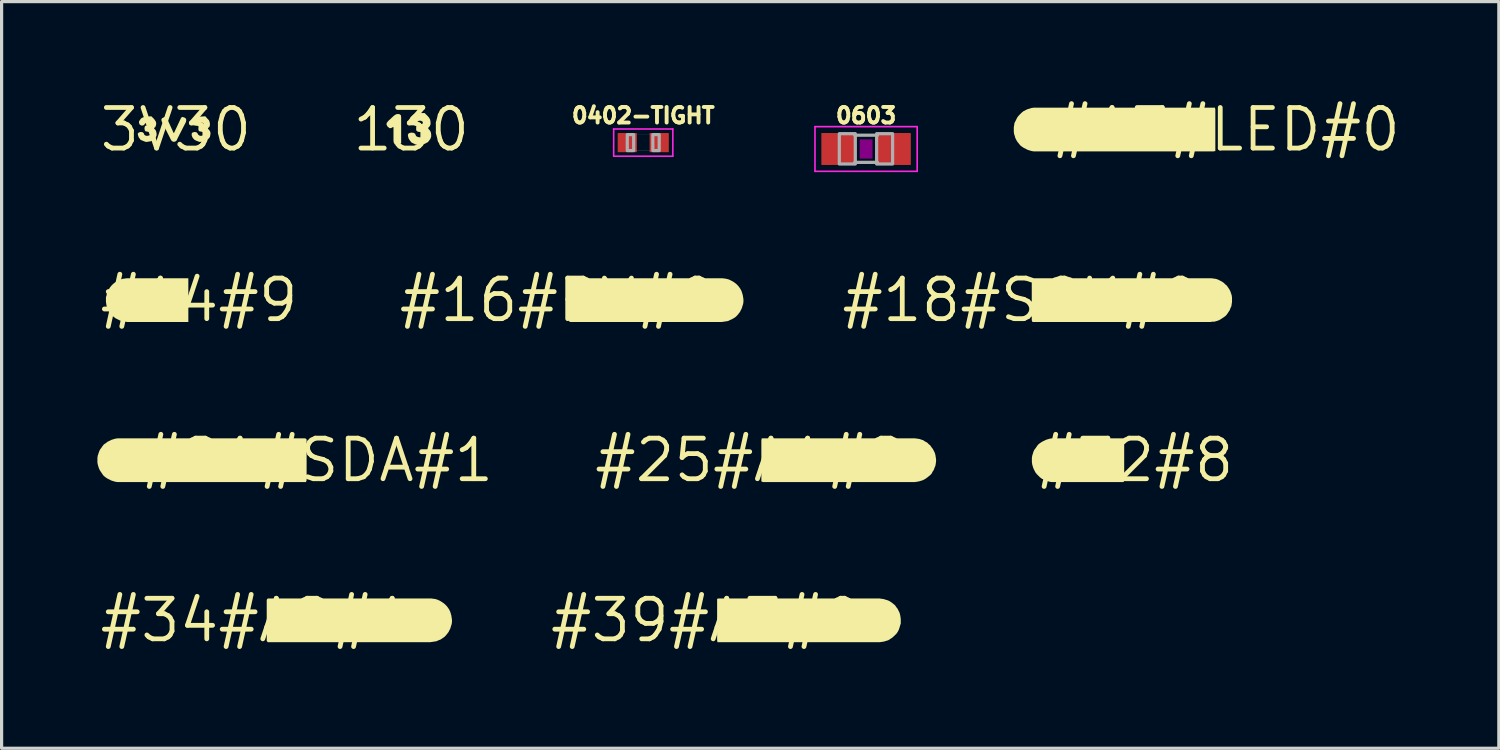
<source format=kicad_pcb>
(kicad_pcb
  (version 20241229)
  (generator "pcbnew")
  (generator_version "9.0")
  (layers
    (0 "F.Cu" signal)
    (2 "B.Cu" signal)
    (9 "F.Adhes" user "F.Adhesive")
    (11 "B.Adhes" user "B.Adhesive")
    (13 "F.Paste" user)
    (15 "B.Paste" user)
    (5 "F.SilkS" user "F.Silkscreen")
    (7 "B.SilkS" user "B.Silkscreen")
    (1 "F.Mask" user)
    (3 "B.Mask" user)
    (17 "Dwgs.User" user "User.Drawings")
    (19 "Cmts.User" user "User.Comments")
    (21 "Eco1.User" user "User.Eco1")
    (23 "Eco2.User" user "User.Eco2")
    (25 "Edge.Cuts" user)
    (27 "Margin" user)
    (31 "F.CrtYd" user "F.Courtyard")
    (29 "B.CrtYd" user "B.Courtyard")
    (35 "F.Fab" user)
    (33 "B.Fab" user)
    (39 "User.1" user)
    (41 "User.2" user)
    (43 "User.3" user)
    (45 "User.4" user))
  (footprint "#21#SDA#1"
    (layer "F.Cu")
    (at 6.885 11.359)
    (property "Reference" "#21#SDA#1" (at 0 0 0) (layer "F.SilkS") (effects (font (size 1.27 1.27) (thickness 0.15))))
    (fp_poly (pts (xy -6.321 0.675) (xy -6.391 0.655) (xy -6.452 0.635) (xy -6.573 0.574) (xy -6.633 0.534) (xy -6.684 0.494) (xy -6.724 0.443) (xy -6.764 0.383) (xy -6.804 0.323) (xy -6.835 0.262) (xy -6.855 0.201) (xy -6.875 0.131) (xy -6.885 0.07) (xy -6.885 -0.07) (xy -6.875 -0.141) (xy -6.855 -0.202) (xy -6.835 -0.262) (xy -6.804 -0.333) (xy -6.764 -0.383) (xy -6.724 -0.443) (xy -6.683 -0.494) (xy -6.623 -0.534) (xy -6.573 -0.574) (xy -6.452 -0.635) (xy -6.391 -0.655) (xy -6.321 -0.675) (xy -6.25 -0.685) (xy -0.378 -0.685) (xy -0.335 -0.652) (xy -0.335 0.631) (xy -0.357 0.685) (xy -6.25 0.685)) (stroke (width 0) (type solid)) (fill yes) (layer "F.SilkS")))
  (footprint "0603"
    (layer "F.Cu")
    (at 24.067 1.615)
    (property "Reference" "0603" (at 0 -0.762 0) (layer "F.SilkS") (effects (font (size 0.488 0.488) (thickness 0.122)) (justify bottom)))
    (fp_poly (pts (xy -0.2 0.3) (xy 0.2 0.3) (xy 0.2 -0.3) (xy -0.2 -0.3)) (stroke (width 0) (type solid)) (fill yes) (layer "F.Adhes"))
    (fp_line (start -1.6 -0.7) (end 1.6 -0.7) (stroke (width 0.051) (type solid)) (layer "F.CrtYd"))
    (fp_line (start -1.6 0.7) (end -1.6 -0.7) (stroke (width 0.051) (type solid)) (layer "F.CrtYd"))
    (fp_line (start 1.6 -0.7) (end 1.6 0.7) (stroke (width 0.051) (type solid)) (layer "F.CrtYd"))
    (fp_line (start 1.6 0.7) (end -1.6 0.7) (stroke (width 0.051) (type solid)) (layer "F.CrtYd"))
    (fp_line (start -0.356 -0.432) (end 0.356 -0.432) (stroke (width 0.102) (type solid)) (layer "F.Fab"))
    (fp_line (start -0.356 0.419) (end 0.356 0.419) (stroke (width 0.102) (type solid)) (layer "F.Fab"))
    (fp_poly (pts (xy -0.838 0.47) (xy -0.338 0.47) (xy -0.338 -0.48) (xy -0.838 -0.48)) (stroke (width 0.1) (type solid)) (fill no) (layer "F.Fab"))
    (fp_poly (pts (xy 0.33 0.47) (xy 0.83 0.47) (xy 0.83 -0.48) (xy 0.33 -0.48)) (stroke (width 0.1) (type solid)) (fill no) (layer "F.Fab"))
    (pad "1" smd rect (at -0.85 0) (size 1.1 1) (layers "F.Cu" "F.Mask" "F.Paste"))
    (pad "2" smd rect (at 0.85 0) (size 1.1 1) (layers "F.Cu" "F.Mask" "F.Paste")))
  (footprint "130"
    (layer "F.Cu")
    (at 9.825 1.006)
    (property "Reference" "130" (at 0 0 0) (layer "F.SilkS") (effects (font (size 1.27 1.27) (thickness 0.15))))
    (fp_poly (pts (xy -0.325 -0.453) (xy -0.315 -0.39) (xy -0.315 0.422) (xy -0.358 0.465) (xy -0.44 0.475) (xy -0.513 0.465) (xy -0.545 0.412) (xy -0.555 0.35) (xy -0.555 -0.059) (xy -0.563 -0.083) (xy -0.629 -0.045) (xy -0.682 -0.045) (xy -0.744 -0.097) (xy -0.775 -0.159) (xy -0.765 -0.212) (xy -0.714 -0.273) (xy -0.563 -0.414) (xy -0.513 -0.454) (xy -0.451 -0.485) (xy -0.379 -0.485)) (stroke (width 0) (type solid)) (fill yes) (layer "F.SilkS"))
    (fp_poly (pts (xy 0.524 -0.413) (xy 0.564 -0.363) (xy 0.595 -0.302) (xy 0.605 -0.23) (xy 0.605 -0.159) (xy 0.574 -0.097) (xy 0.535 -0.058) (xy 0.535 -0.022) (xy 0.584 0.027) (xy 0.615 0.088) (xy 0.625 0.15) (xy 0.625 0.221) (xy 0.605 0.282) (xy 0.564 0.343) (xy 0.523 0.394) (xy 0.402 0.455) (xy 0.341 0.475) (xy 0.19 0.475) (xy 0.128 0.465) (xy 0.007 0.404) (xy -0.034 0.353) (xy -0.075 0.292) (xy -0.095 0.231) (xy -0.105 0.159) (xy -0.073 0.116) (xy -0.000392 0.095) (xy 0.082 0.105) (xy 0.124 0.137) (xy 0.154 0.206) (xy 0.212 0.235) (xy 0.28 0.245) (xy 0.338 0.226) (xy 0.385 0.188) (xy 0.375 0.132) (xy 0.328 0.085) (xy 0.259 0.075) (xy 0.198 0.065) (xy 0.155 0.022) (xy 0.155 -0.071) (xy 0.176 -0.134) (xy 0.229 -0.155) (xy 0.309 -0.165) (xy 0.356 -0.184) (xy 0.365 -0.238) (xy 0.308 -0.275) (xy 0.241 -0.275) (xy 0.183 -0.246) (xy 0.144 -0.196) (xy 0.091 -0.155) (xy 0.028 -0.165) (xy -0.034 -0.206) (xy -0.065 -0.259) (xy -0.055 -0.311) (xy -0.024 -0.383) (xy 0.027 -0.434) (xy 0.078 -0.475) (xy 0.149 -0.495) (xy 0.219 -0.515) (xy 0.422 -0.515)) (stroke (width 0) (type solid)) (fill yes) (layer "F.SilkS")))
  (footprint "3V30"
    (layer "F.Cu")
    (at 2.457 1.006)
    (property "Reference" "3V30" (at 0 0 0) (layer "F.SilkS") (effects (font (size 1.27 1.27) (thickness 0.15))))
    (fp_poly (pts (xy -0.286 -0.353) (xy -0.266 -0.322) (xy -0.076 0.097) (xy -0.061 0.111) (xy 0.166 -0.374) (xy 0.21 -0.395) (xy 0.272 -0.374) (xy 0.314 -0.343) (xy 0.325 -0.3) (xy 0.315 -0.238) (xy 0.045 0.292) (xy 0.024 0.343) (xy -0.018 0.375) (xy -0.07 0.385) (xy -0.123 0.364) (xy -0.154 0.323) (xy -0.445 -0.258) (xy -0.455 -0.311) (xy -0.434 -0.354) (xy -0.372 -0.385) (xy -0.318 -0.396)) (stroke (width 0) (type solid)) (fill yes) (layer "F.SilkS"))
    (fp_poly (pts (xy -0.686 -0.333) (xy -0.656 -0.293) (xy -0.625 -0.242) (xy -0.615 -0.19) (xy -0.625 -0.129) (xy -0.646 -0.077) (xy -0.684 -0.048) (xy -0.676 -0.023) (xy -0.636 0.017) (xy -0.615 0.069) (xy -0.605 0.12) (xy -0.605 0.181) (xy -0.625 0.232) (xy -0.646 0.273) (xy -0.687 0.314) (xy -0.738 0.344) (xy -0.778 0.365) (xy -0.839 0.375) (xy -0.89 0.385) (xy -0.951 0.385) (xy -1.002 0.365) (xy -1.052 0.345) (xy -1.103 0.324) (xy -1.134 0.283) (xy -1.164 0.242) (xy -1.185 0.181) (xy -1.195 0.128) (xy -1.163 0.096) (xy -1.111 0.075) (xy -1.038 0.085) (xy -1.006 0.117) (xy -0.986 0.167) (xy -0.939 0.195) (xy -0.88 0.195) (xy -0.832 0.185) (xy -0.795 0.148) (xy -0.805 0.103) (xy -0.842 0.075) (xy -0.901 0.065) (xy -0.953 0.054) (xy -0.975 0.022) (xy -0.985 -0.05) (xy -0.964 -0.114) (xy -0.921 -0.125) (xy -0.861 -0.135) (xy -0.815 -0.153) (xy -0.815 -0.188) (xy -0.852 -0.215) (xy -0.909 -0.225) (xy -0.957 -0.196) (xy -0.986 -0.156) (xy -1.028 -0.125) (xy -1.081 -0.125) (xy -1.134 -0.157) (xy -1.155 -0.209) (xy -1.155 -0.251) (xy -1.124 -0.303) (xy -1.083 -0.354) (xy -1.042 -0.375) (xy -0.981 -0.395) (xy -0.931 -0.405) (xy -0.768 -0.415)) (stroke (width 0) (type solid)) (fill yes) (layer "F.SilkS"))
    (fp_poly (pts (xy 0.994 -0.333) (xy 1.034 -0.293) (xy 1.055 -0.241) (xy 1.065 -0.19) (xy 1.065 -0.129) (xy 1.044 -0.077) (xy 1.005 -0.048) (xy 1.005 -0.022) (xy 1.044 0.017) (xy 1.075 0.068) (xy 1.085 0.12) (xy 1.075 0.181) (xy 1.065 0.232) (xy 1.034 0.273) (xy 0.993 0.314) (xy 0.952 0.344) (xy 0.901 0.365) (xy 0.851 0.375) (xy 0.79 0.385) (xy 0.729 0.385) (xy 0.678 0.365) (xy 0.628 0.345) (xy 0.587 0.324) (xy 0.546 0.283) (xy 0.516 0.242) (xy 0.495 0.181) (xy 0.495 0.128) (xy 0.517 0.096) (xy 0.58 0.075) (xy 0.642 0.085) (xy 0.674 0.117) (xy 0.704 0.166) (xy 0.751 0.195) (xy 0.8 0.195) (xy 0.848 0.185) (xy 0.885 0.148) (xy 0.885 0.103) (xy 0.838 0.075) (xy 0.789 0.065) (xy 0.738 0.055) (xy 0.705 0.022) (xy 0.705 -0.05) (xy 0.716 -0.114) (xy 0.759 -0.125) (xy 0.828 -0.135) (xy 0.865 -0.153) (xy 0.865 -0.188) (xy 0.828 -0.215) (xy 0.771 -0.225) (xy 0.723 -0.196) (xy 0.694 -0.156) (xy 0.652 -0.125) (xy 0.609 -0.125) (xy 0.546 -0.156) (xy 0.525 -0.21) (xy 0.535 -0.252) (xy 0.566 -0.303) (xy 0.607 -0.354) (xy 0.648 -0.375) (xy 0.699 -0.395) (xy 0.749 -0.405) (xy 0.922 -0.415)) (stroke (width 0) (type solid)) (fill yes) (layer "F.SilkS")))
  (footprint "#14#9"
    (layer "F.Cu")
    (at 3.182 6.347)
    (property "Reference" "#14#9" (at 0 0 0) (layer "F.SilkS") (effects (font (size 1.27 1.27) (thickness 0.15))))
    (fp_poly (pts (xy -0.335 0.685) (xy -2.238 0.685) (xy -2.239 0.685) (xy -2.24 0.685) (xy -2.244 0.685) (xy -2.243 0.685) (xy -2.301 0.675) (xy -2.371 0.665) (xy -2.431 0.655) (xy -2.502 0.625) (xy -2.562 0.594) (xy -2.623 0.564) (xy -2.673 0.524) (xy -2.724 0.474) (xy -2.774 0.423) (xy -2.804 0.373) (xy -2.844 0.313) (xy -2.875 0.252) (xy -2.895 0.181) (xy -2.905 0.121) (xy -2.915 0.05) (xy -2.915 -0.091) (xy -2.895 -0.151) (xy -2.885 -0.222) (xy -2.824 -0.343) (xy -2.784 -0.403) (xy -2.744 -0.453) (xy -2.693 -0.504) (xy -2.643 -0.544) (xy -2.583 -0.584) (xy -2.532 -0.614) (xy -2.462 -0.645) (xy -2.401 -0.665) (xy -2.331 -0.675) (xy -2.26 -0.685) (xy -0.335 -0.685)) (stroke (width 0) (type solid)) (fill yes) (layer "F.SilkS")))
  (footprint "0402-TIGHT"
    (layer "F.Cu")
    (at 17.09 1.415)
    (property "Reference" "0402-TIGHT" (at 0 -0.562 0) (layer "F.SilkS") (effects (font (size 0.488 0.488) (thickness 0.122)) (justify bottom)))
    (fp_line (start -0.926 -0.426) (end -0.926 0.426) (stroke (width 0.05) (type solid)) (layer "F.CrtYd"))
    (fp_line (start -0.926 0.426) (end 0.926 0.426) (stroke (width 0.05) (type solid)) (layer "F.CrtYd"))
    (fp_line (start 0.926 -0.426) (end -0.926 -0.426) (stroke (width 0.05) (type solid)) (layer "F.CrtYd"))
    (fp_line (start 0.926 0.426) (end 0.926 -0.426) (stroke (width 0.05) (type solid)) (layer "F.CrtYd"))
    (fp_line (start -0.5 -0.25) (end 0.5 -0.25) (stroke (width 0.003) (type solid)) (layer "F.Fab"))
    (fp_line (start -0.5 0.25) (end -0.5 -0.25) (stroke (width 0.003) (type solid)) (layer "F.Fab"))
    (fp_line (start 0.5 -0.25) (end 0.5 0.25) (stroke (width 0.003) (type solid)) (layer "F.Fab"))
    (fp_line (start 0.5 0.25) (end -0.5 0.25) (stroke (width 0.003) (type solid)) (layer "F.Fab"))
    (fp_poly (pts (xy -0.5 0.25) (xy -0.3 0.25) (xy -0.3 -0.25) (xy -0.5 -0.25)) (stroke (width 0.1) (type solid)) (fill no) (layer "F.Fab"))
    (fp_poly (pts (xy 0.5 -0.25) (xy 0.3 -0.25) (xy 0.3 0.25) (xy 0.5 0.25)) (stroke (width 0.1) (type solid)) (fill no) (layer "F.Fab"))
    (pad "1" smd rect (at -0.5 0) (size 0.6 0.6) (layers "F.Cu" "F.Mask" "F.Paste"))
    (pad "2" smd rect (at 0.5 0) (size 0.6 0.6) (layers "F.Cu" "F.Mask" "F.Paste")))
  (footprint "#34#A2#1"
    (layer "F.Cu")
    (at 4.966 16.372)
    (property "Reference" "#34#A2#1" (at 0 0 0) (layer "F.SilkS") (effects (font (size 1.27 1.27) (thickness 0.15))))
    (fp_poly (pts (xy 5.551 -0.675) (xy 5.621 -0.665) (xy 5.682 -0.645) (xy 5.752 -0.614) (xy 5.803 -0.584) (xy 5.863 -0.544) (xy 5.913 -0.504) (xy 5.964 -0.453) (xy 6.004 -0.403) (xy 6.044 -0.343) (xy 6.075 -0.282) (xy 6.095 -0.221) (xy 6.115 -0.151) (xy 6.125 -0.081) (xy 6.135 -0.02) (xy 6.135 0.05) (xy 6.125 0.121) (xy 6.105 0.181) (xy 6.085 0.252) (xy 6.024 0.373) (xy 5.984 0.423) (xy 5.944 0.473) (xy 5.893 0.524) (xy 5.772 0.605) (xy 5.712 0.625) (xy 5.652 0.655) (xy 5.581 0.665) (xy 5.521 0.675) (xy 5.45 0.685) (xy 0.367 0.685) (xy 0.335 0.642) (xy 0.335 -0.642) (xy 0.367 -0.685) (xy 5.48 -0.685)) (stroke (width 0) (type solid)) (fill yes) (layer "F.SilkS")))
  (footprint "#25#A1#2"
    (layer "F.Cu")
    (at 20.453 11.359)
    (property "Reference" "#25#A1#2" (at 0 0 0) (layer "F.SilkS") (effects (font (size 1.27 1.27) (thickness 0.15))))
    (fp_poly (pts (xy 5.211 -0.675) (xy 5.281 -0.665) (xy 5.342 -0.645) (xy 5.402 -0.625) (xy 5.463 -0.584) (xy 5.523 -0.554) (xy 5.573 -0.504) (xy 5.624 -0.463) (xy 5.664 -0.403) (xy 5.704 -0.353) (xy 5.765 -0.232) (xy 5.785 -0.161) (xy 5.795 -0.091) (xy 5.805 -0.03) (xy 5.805 0.04) (xy 5.795 0.111) (xy 5.785 0.171) (xy 5.755 0.242) (xy 5.735 0.302) (xy 5.694 0.363) (xy 5.664 0.423) (xy 5.613 0.474) (xy 5.563 0.514) (xy 5.513 0.554) (xy 5.453 0.594) (xy 5.392 0.625) (xy 5.331 0.645) (xy 5.261 0.665) (xy 5.201 0.675) (xy 5.13 0.685) (xy 0.389 0.685) (xy 0.335 0.663) (xy 0.335 -0.62) (xy 0.346 -0.685) (xy 5.14 -0.685)) (stroke (width 0) (type solid)) (fill yes) (layer "F.SilkS")))
  (footprint "#13#LED#0"
    (layer "F.Cu")
    (at 35.337 1.006)
    (property "Reference" "#13#LED#0" (at 0 0 0) (layer "F.SilkS") (effects (font (size 1.27 1.27) (thickness 0.15))))
    (fp_poly (pts (xy -6.081 0.675) (xy -6.151 0.655) (xy -6.212 0.635) (xy -6.333 0.574) (xy -6.393 0.534) (xy -6.444 0.494) (xy -6.484 0.443) (xy -6.534 0.383) (xy -6.564 0.332) (xy -6.595 0.272) (xy -6.615 0.201) (xy -6.635 0.141) (xy -6.645 0.07) (xy -6.645 -0.07) (xy -6.635 -0.131) (xy -6.625 -0.202) (xy -6.534 -0.383) (xy -6.494 -0.433) (xy -6.444 -0.484) (xy -6.393 -0.534) (xy -6.343 -0.574) (xy -6.222 -0.635) (xy -6.151 -0.655) (xy -6.091 -0.675) (xy -6.02 -0.685) (xy -0.346 -0.685) (xy -0.335 -0.62) (xy -0.335 0.674) (xy -0.4 0.685) (xy -6.01 0.685)) (stroke (width 0) (type solid)) (fill yes) (layer "F.SilkS")))
  (footprint "#16#RX#0"
    (layer "F.Cu")
    (at 14.422 6.347)
    (property "Reference" "#16#RX#0" (at 0 0 0) (layer "F.SilkS") (effects (font (size 1.27 1.27) (thickness 0.15))))
    (fp_poly (pts (xy 5.221 -0.675) (xy 5.281 -0.665) (xy 5.352 -0.645) (xy 5.473 -0.584) (xy 5.533 -0.544) (xy 5.583 -0.504) (xy 5.634 -0.453) (xy 5.674 -0.403) (xy 5.714 -0.343) (xy 5.745 -0.282) (xy 5.765 -0.221) (xy 5.785 -0.151) (xy 5.795 -0.091) (xy 5.805 -0.02) (xy 5.805 0.05) (xy 5.795 0.121) (xy 5.775 0.181) (xy 5.755 0.252) (xy 5.694 0.373) (xy 5.654 0.423) (xy 5.614 0.473) (xy 5.563 0.524) (xy 5.503 0.564) (xy 5.452 0.594) (xy 5.382 0.625) (xy 5.322 0.655) (xy 5.251 0.665) (xy 5.191 0.675) (xy 5.12 0.685) (xy 0.378 0.685) (xy 0.335 0.652) (xy 0.335 -0.642) (xy 0.367 -0.685) (xy 5.15 -0.685)) (stroke (width 0) (type solid)) (fill yes) (layer "F.SilkS")))
  (footprint "#39#A3#0"
    (layer "F.Cu")
    (at 19.068 16.372)
    (property "Reference" "#39#A3#0" (at 0 0 0) (layer "F.SilkS") (effects (font (size 1.27 1.27) (thickness 0.15))))
    (fp_poly (pts (xy 5.481 -0.675) (xy 5.551 -0.665) (xy 5.611 -0.645) (xy 5.682 -0.625) (xy 5.743 -0.594) (xy 5.803 -0.554) (xy 5.853 -0.514) (xy 5.904 -0.473) (xy 5.944 -0.413) (xy 5.984 -0.363) (xy 6.045 -0.242) (xy 6.065 -0.171) (xy 6.075 -0.111) (xy 6.085 -0.04) (xy 6.085 0.101) (xy 6.065 0.161) (xy 6.045 0.231) (xy 6.025 0.292) (xy 5.994 0.353) (xy 5.954 0.413) (xy 5.904 0.464) (xy 5.863 0.504) (xy 5.803 0.554) (xy 5.753 0.584) (xy 5.692 0.625) (xy 5.621 0.645) (xy 5.561 0.665) (xy 5.491 0.675) (xy 5.43 0.685) (xy 0.346 0.685) (xy 0.335 0.62) (xy 0.335 -0.674) (xy 0.39 -0.685) (xy 5.41 -0.685)) (stroke (width 0) (type solid)) (fill yes) (layer "F.SilkS")))
  (footprint "#18#SCK#0"
    (layer "F.Cu")
    (at 28.919 6.347)
    (property "Reference" "#18#SCK#0" (at 0 0 0) (layer "F.SilkS") (effects (font (size 1.27 1.27) (thickness 0.15))))
    (fp_poly (pts (xy 6.031 -0.675) (xy 6.101 -0.665) (xy 6.162 -0.645) (xy 6.283 -0.584) (xy 6.343 -0.544) (xy 6.393 -0.494) (xy 6.444 -0.453) (xy 6.484 -0.393) (xy 6.524 -0.333) (xy 6.555 -0.272) (xy 6.575 -0.212) (xy 6.595 -0.151) (xy 6.605 -0.08) (xy 6.605 0.06) (xy 6.595 0.121) (xy 6.585 0.192) (xy 6.555 0.252) (xy 6.535 0.312) (xy 6.454 0.433) (xy 6.414 0.484) (xy 6.363 0.524) (xy 6.303 0.564) (xy 6.243 0.604) (xy 6.182 0.635) (xy 6.121 0.655) (xy 6.051 0.675) (xy 5.99 0.675) (xy 5.92 0.685) (xy 0.357 0.685) (xy 0.335 0.631) (xy 0.335 -0.652) (xy 0.378 -0.685) (xy 5.96 -0.685)) (stroke (width 0) (type solid)) (fill yes) (layer "F.SilkS")))
  (footprint "#32#8"
    (layer "F.Cu")
    (at 32.483 11.359)
    (property "Reference" "#32#8" (at 0 0 0) (layer "F.SilkS") (effects (font (size 1.27 1.27) (thickness 0.15))))
    (fp_poly (pts (xy -0.335 -0.652) (xy -0.335 0.641) (xy -0.357 0.685) (xy -2.6 0.685) (xy -2.671 0.675) (xy -2.731 0.655) (xy -2.802 0.635) (xy -2.923 0.574) (xy -2.973 0.534) (xy -3.024 0.484) (xy -3.074 0.433) (xy -3.114 0.383) (xy -3.175 0.262) (xy -3.195 0.201) (xy -3.215 0.131) (xy -3.225 0.06) (xy -3.225 -0.07) (xy -3.215 -0.141) (xy -3.195 -0.201) (xy -3.175 -0.272) (xy -3.144 -0.333) (xy -3.104 -0.383) (xy -3.064 -0.443) (xy -3.024 -0.494) (xy -2.973 -0.534) (xy -2.913 -0.574) (xy -2.792 -0.635) (xy -2.731 -0.655) (xy -2.661 -0.675) (xy -2.59 -0.685) (xy -0.378 -0.685)) (stroke (width 0) (type solid)) (fill yes) (layer "F.SilkS")))
  (gr_rect
    (start -3 -3)
    (end 43.878 20.378)
    (stroke (width 0.1) (type default))
    (fill no)
    (layer "Edge.Cuts")))
</source>
